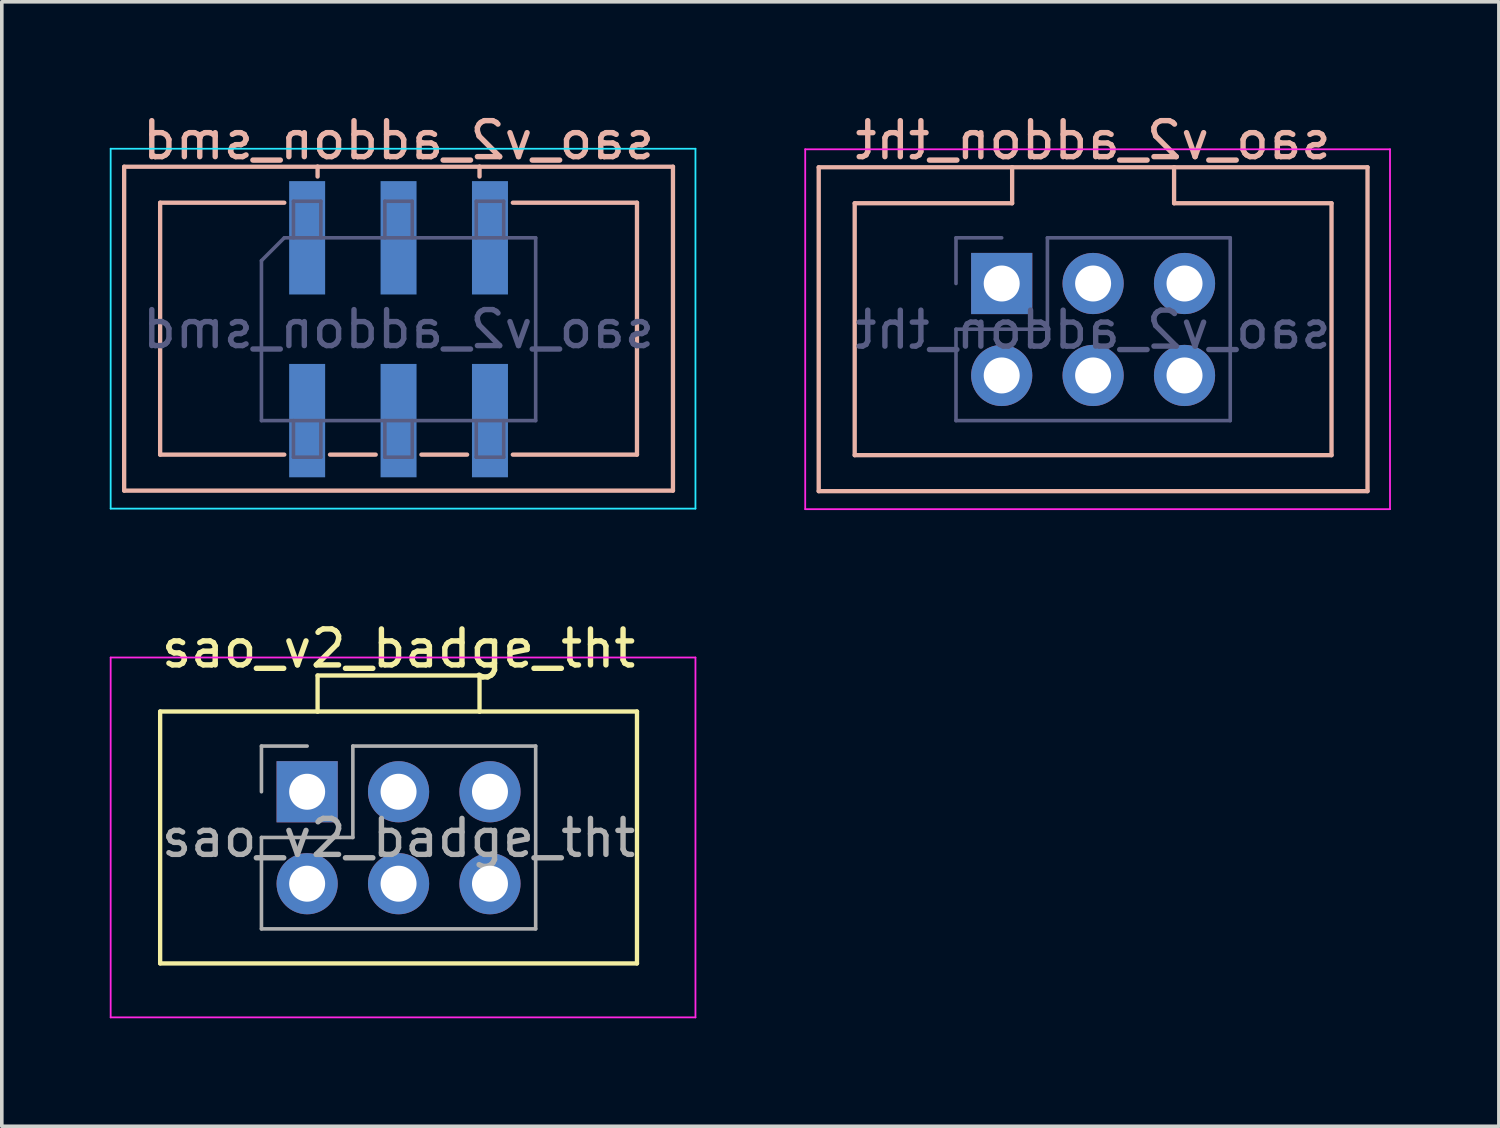
<source format=kicad_pcb>
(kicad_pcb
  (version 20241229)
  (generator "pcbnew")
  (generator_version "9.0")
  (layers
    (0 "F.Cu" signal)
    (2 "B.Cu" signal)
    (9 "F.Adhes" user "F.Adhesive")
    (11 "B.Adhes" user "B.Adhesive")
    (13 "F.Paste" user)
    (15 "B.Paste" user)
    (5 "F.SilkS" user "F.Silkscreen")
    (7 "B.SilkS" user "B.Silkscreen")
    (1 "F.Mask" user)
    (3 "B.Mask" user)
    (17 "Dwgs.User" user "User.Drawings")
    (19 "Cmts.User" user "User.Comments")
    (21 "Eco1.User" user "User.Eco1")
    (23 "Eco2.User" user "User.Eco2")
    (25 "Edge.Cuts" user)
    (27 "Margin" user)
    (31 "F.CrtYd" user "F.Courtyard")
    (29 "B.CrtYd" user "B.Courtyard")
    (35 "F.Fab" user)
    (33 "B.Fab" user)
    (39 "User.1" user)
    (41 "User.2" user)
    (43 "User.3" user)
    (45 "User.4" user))
  (footprint "sao_v2_addon_tht"
    (layer "F.Cu")
    (at 27.325 6.098)
    (property "Reference" "sao_v2_addon_tht" (at 0 -5.25 0) (unlocked yes) (layer "B.SilkS") (effects (font (size 1 1) (thickness 0.15)) (justify mirror)))
    (attr through_hole)
    (fp_line (start -7.625 -4.5) (end -2.25 -4.5) (stroke (width 0.12) (type default)) (layer "B.SilkS"))
    (fp_line (start -7.625 4.5) (end -7.625 -4.5) (stroke (width 0.12) (type default)) (layer "B.SilkS"))
    (fp_line (start -6.625 -3.5) (end -2.25 -3.5) (stroke (width 0.12) (type default)) (layer "B.SilkS"))
    (fp_line (start -6.625 3.5) (end -6.625 -3.5) (stroke (width 0.12) (type default)) (layer "B.SilkS"))
    (fp_line (start -6.625 3.5) (end 6.625 3.5) (stroke (width 0.12) (type default)) (layer "B.SilkS"))
    (fp_line (start -2.25 -4.5) (end -2.25 -3.5) (stroke (width 0.12) (type default)) (layer "B.SilkS"))
    (fp_line (start -2.25 -4.5) (end 2.25 -4.5) (stroke (width 0.12) (type default)) (layer "B.SilkS"))
    (fp_line (start 2.25 -4.5) (end 2.25 -3.5) (stroke (width 0.12) (type default)) (layer "B.SilkS"))
    (fp_line (start 2.25 -4.5) (end 7.625 -4.5) (stroke (width 0.12) (type default)) (layer "B.SilkS"))
    (fp_line (start 2.25 -3.5) (end 6.625 -3.5) (stroke (width 0.12) (type default)) (layer "B.SilkS"))
    (fp_line (start 6.625 3.5) (end 6.625 -3.5) (stroke (width 0.12) (type default)) (layer "B.SilkS"))
    (fp_line (start 7.625 -4.5) (end 7.625 4.5) (stroke (width 0.12) (type default)) (layer "B.SilkS"))
    (fp_line (start 7.625 4.5) (end -7.625 4.5) (stroke (width 0.12) (type default)) (layer "B.SilkS"))
    (fp_line (start -8 -5) (end -8 5) (stroke (width 0.05) (type solid)) (layer "F.CrtYd"))
    (fp_line (start -8 5) (end 8.25 5) (stroke (width 0.05) (type solid)) (layer "F.CrtYd"))
    (fp_line (start 8.25 -5) (end -8 -5) (stroke (width 0.05) (type solid)) (layer "F.CrtYd"))
    (fp_line (start 8.25 5) (end 8.25 -5) (stroke (width 0.05) (type solid)) (layer "F.CrtYd"))
    (fp_line (start -3.81 -2.54) (end -2.54 -2.54) (stroke (width 0.1) (type default)) (layer "B.Fab"))
    (fp_line (start -3.81 -1.27) (end -3.81 -2.54) (stroke (width 0.1) (type default)) (layer "B.Fab"))
    (fp_line (start -3.81 0) (end -3.81 2.54) (stroke (width 0.1) (type default)) (layer "B.Fab"))
    (fp_line (start -3.81 2.54) (end 3.81 2.54) (stroke (width 0.1) (type default)) (layer "B.Fab"))
    (fp_line (start -1.27 -2.54) (end -1.27 0) (stroke (width 0.1) (type default)) (layer "B.Fab"))
    (fp_line (start -1.27 0) (end -3.81 0) (stroke (width 0.1) (type default)) (layer "B.Fab"))
    (fp_line (start 3.81 -2.54) (end -1.27 -2.54) (stroke (width 0.1) (type default)) (layer "B.Fab"))
    (fp_line (start 3.81 2.54) (end 3.81 -2.54) (stroke (width 0.1) (type default)) (layer "B.Fab"))
    (fp_text user "${REFERENCE}" (at 0 0.015 180) (layer "B.Fab") (effects (font (size 1 1) (thickness 0.15)) (justify mirror)))
    (pad "1" thru_hole rect (at -2.54 -1.27 90) (size 1.7 1.7) (drill 1) (layers "*.Cu" "*.Mask"))
    (pad "2" thru_hole oval (at -2.54 1.285 90) (size 1.7 1.7) (drill 1) (layers "*.Cu" "*.Mask"))
    (pad "3" thru_hole oval (at 0 -1.27 90) (size 1.7 1.7) (drill 1) (layers "*.Cu" "*.Mask"))
    (pad "4" thru_hole oval (at 0 1.285 90) (size 1.7 1.7) (drill 1) (layers "*.Cu" "*.Mask"))
    (pad "5" thru_hole oval (at 2.54 -1.27 90) (size 1.7 1.7) (drill 1) (layers "*.Cu" "*.Mask"))
    (pad "6" thru_hole oval (at 2.54 1.285 90) (size 1.7 1.7) (drill 1) (layers "*.Cu" "*.Mask")))
  (footprint "sao_v2_addon_smd"
    (layer "F.Cu")
    (at 8.025 6.098)
    (property "Reference" "sao_v2_addon_smd" (at 0 -5.25 0) (unlocked yes) (layer "B.SilkS") (effects (font (size 1 1) (thickness 0.15)) (justify mirror)))
    (attr through_hole)
    (fp_line (start -7.625 -4.515) (end -2.25 -4.515) (stroke (width 0.12) (type default)) (layer "B.SilkS"))
    (fp_line (start -7.625 4.485) (end -7.625 -4.515) (stroke (width 0.12) (type default)) (layer "B.SilkS"))
    (fp_line (start -6.625 -3.515) (end -3.175 -3.515) (stroke (width 0.12) (type default)) (layer "B.SilkS"))
    (fp_line (start -6.625 3.485) (end -6.625 -3.515) (stroke (width 0.12) (type default)) (layer "B.SilkS"))
    (fp_line (start -6.625 3.485) (end -3.175 3.485) (stroke (width 0.12) (type default)) (layer "B.SilkS"))
    (fp_line (start -2.25 -4.515) (end -2.25 -4.242) (stroke (width 0.12) (type default)) (layer "B.SilkS"))
    (fp_line (start -2.25 -4.515) (end 2.25 -4.515) (stroke (width 0.12) (type default)) (layer "B.SilkS"))
    (fp_line (start -1.905 3.485) (end -0.635 3.485) (stroke (width 0.12) (type default)) (layer "B.SilkS"))
    (fp_line (start 0.635 3.485) (end 1.905 3.485) (stroke (width 0.12) (type default)) (layer "B.SilkS"))
    (fp_line (start 2.25 -4.515) (end 2.25 -4.242) (stroke (width 0.12) (type default)) (layer "B.SilkS"))
    (fp_line (start 2.25 -4.515) (end 7.625 -4.515) (stroke (width 0.12) (type default)) (layer "B.SilkS"))
    (fp_line (start 3.175 -3.515) (end 6.625 -3.515) (stroke (width 0.12) (type default)) (layer "B.SilkS"))
    (fp_line (start 3.175 3.485) (end 6.625 3.485) (stroke (width 0.12) (type default)) (layer "B.SilkS"))
    (fp_line (start 6.625 3.485) (end 6.625 -3.515) (stroke (width 0.12) (type default)) (layer "B.SilkS"))
    (fp_line (start 7.625 -4.515) (end 7.625 4.485) (stroke (width 0.12) (type default)) (layer "B.SilkS"))
    (fp_line (start 7.625 4.485) (end -7.625 4.485) (stroke (width 0.12) (type default)) (layer "B.SilkS"))
    (fp_line (start -8 -5.015) (end -8 4.985) (stroke (width 0.05) (type solid)) (layer "B.CrtYd"))
    (fp_line (start -8 4.985) (end 8.25 4.985) (stroke (width 0.05) (type solid)) (layer "B.CrtYd"))
    (fp_line (start 8.25 -5.015) (end -8 -5.015) (stroke (width 0.05) (type solid)) (layer "B.CrtYd"))
    (fp_line (start 8.25 4.985) (end 8.25 -5.015) (stroke (width 0.05) (type solid)) (layer "B.CrtYd"))
    (fp_line (start -3.81 -1.905) (end -3.81 2.54) (stroke (width 0.1) (type default)) (layer "B.Fab"))
    (fp_line (start -3.175 -2.54) (end -3.81 -1.905) (stroke (width 0.1) (type default)) (layer "B.Fab"))
    (fp_line (start -2.921 -3.556) (end -2.921 -2.54) (stroke (width 0.1) (type default)) (layer "B.Fab"))
    (fp_line (start -2.921 3.556) (end -2.921 2.54) (stroke (width 0.1) (type default)) (layer "B.Fab"))
    (fp_line (start -2.159 -3.556) (end -2.921 -3.556) (stroke (width 0.1) (type default)) (layer "B.Fab"))
    (fp_line (start -2.159 -2.54) (end -2.159 -3.556) (stroke (width 0.1) (type default)) (layer "B.Fab"))
    (fp_line (start -2.159 2.54) (end -2.159 3.556) (stroke (width 0.1) (type default)) (layer "B.Fab"))
    (fp_line (start -2.159 3.556) (end -2.921 3.556) (stroke (width 0.1) (type default)) (layer "B.Fab"))
    (fp_line (start -0.381 -3.556) (end -0.381 -2.54) (stroke (width 0.1) (type default)) (layer "B.Fab"))
    (fp_line (start -0.381 3.556) (end -0.381 2.54) (stroke (width 0.1) (type default)) (layer "B.Fab"))
    (fp_line (start 0.381 -3.556) (end -0.381 -3.556) (stroke (width 0.1) (type default)) (layer "B.Fab"))
    (fp_line (start 0.381 -2.54) (end 0.381 -3.556) (stroke (width 0.1) (type default)) (layer "B.Fab"))
    (fp_line (start 0.381 2.54) (end 0.381 3.556) (stroke (width 0.1) (type default)) (layer "B.Fab"))
    (fp_line (start 0.381 3.556) (end -0.381 3.556) (stroke (width 0.1) (type default)) (layer "B.Fab"))
    (fp_line (start 2.159 -3.556) (end 2.159 -2.54) (stroke (width 0.1) (type default)) (layer "B.Fab"))
    (fp_line (start 2.159 3.556) (end 2.159 2.54) (stroke (width 0.1) (type default)) (layer "B.Fab"))
    (fp_line (start 2.921 -3.556) (end 2.159 -3.556) (stroke (width 0.1) (type default)) (layer "B.Fab"))
    (fp_line (start 2.921 -2.54) (end 2.921 -3.556) (stroke (width 0.1) (type default)) (layer "B.Fab"))
    (fp_line (start 2.921 2.54) (end 2.921 3.556) (stroke (width 0.1) (type default)) (layer "B.Fab"))
    (fp_line (start 2.921 3.556) (end 2.159 3.556) (stroke (width 0.1) (type default)) (layer "B.Fab"))
    (fp_line (start 3.81 -2.54) (end -3.175 -2.54) (stroke (width 0.1) (type default)) (layer "B.Fab"))
    (fp_line (start 3.81 2.54) (end -3.81 2.54) (stroke (width 0.1) (type default)) (layer "B.Fab"))
    (fp_line (start 3.81 2.54) (end 3.81 -2.54) (stroke (width 0.1) (type default)) (layer "B.Fab"))
    (fp_text user "${REFERENCE}" (at 0 0 180) (layer "B.Fab") (effects (font (size 1 1) (thickness 0.15)) (justify mirror)))
    (pad "1" smd rect (at 2.54 -2.54 270) (size 3.15 1) (layers "B.Cu" "B.Mask" "B.Paste"))
    (pad "2" smd rect (at 2.54 2.54 270) (size 3.15 1) (layers "B.Cu" "B.Mask" "B.Paste"))
    (pad "3" smd rect (at 0 -2.54 270) (size 3.15 1) (layers "B.Cu" "B.Mask" "B.Paste"))
    (pad "4" smd rect (at 0 2.54 270) (size 3.15 1) (layers "B.Cu" "B.Mask" "B.Paste"))
    (pad "5" smd rect (at -2.54 -2.54 270) (size 3.15 1) (layers "B.Cu" "B.Mask" "B.Paste"))
    (pad "6" smd rect (at -2.54 2.54 270) (size 3.15 1) (layers "B.Cu" "B.Mask" "B.Paste")))
  (footprint "sao_v2_badge_tht"
    (layer "F.Cu")
    (at 8.025 20.221)
    (property "Reference" "sao_v2_badge_tht" (at 0 -5.25 0) (unlocked yes) (layer "F.SilkS") (effects (font (size 1 1) (thickness 0.15))))
    (attr through_hole)
    (fp_line (start -6.625 -3.5) (end -2.25 -3.5) (stroke (width 0.12) (type default)) (layer "F.SilkS"))
    (fp_line (start -6.625 3.5) (end -6.625 -3.5) (stroke (width 0.12) (type default)) (layer "F.SilkS"))
    (fp_line (start -6.625 3.5) (end 6.625 3.5) (stroke (width 0.12) (type default)) (layer "F.SilkS"))
    (fp_line (start -2.25 -4.5) (end -2.25 -3.5) (stroke (width 0.12) (type default)) (layer "F.SilkS"))
    (fp_line (start -2.25 -4.5) (end 2.25 -4.5) (stroke (width 0.12) (type default)) (layer "F.SilkS"))
    (fp_line (start -2.25 -3.5) (end 2.25 -3.5) (stroke (width 0.12) (type default)) (layer "F.SilkS"))
    (fp_line (start 2.25 -4.5) (end 2.25 -3.5) (stroke (width 0.12) (type default)) (layer "F.SilkS"))
    (fp_line (start 2.25 -3.5) (end 6.625 -3.5) (stroke (width 0.12) (type default)) (layer "F.SilkS"))
    (fp_line (start 6.625 3.5) (end 6.625 -3.5) (stroke (width 0.12) (type default)) (layer "F.SilkS"))
    (fp_line (start -8 -5) (end -8 5) (stroke (width 0.05) (type solid)) (layer "F.CrtYd"))
    (fp_line (start -8 5) (end 8.25 5) (stroke (width 0.05) (type solid)) (layer "F.CrtYd"))
    (fp_line (start 8.25 -5) (end -8 -5) (stroke (width 0.05) (type solid)) (layer "F.CrtYd"))
    (fp_line (start 8.25 5) (end 8.25 -5) (stroke (width 0.05) (type solid)) (layer "F.CrtYd"))
    (fp_line (start -3.81 -2.54) (end -2.54 -2.54) (stroke (width 0.1) (type default)) (layer "F.Fab"))
    (fp_line (start -3.81 -1.27) (end -3.81 -2.54) (stroke (width 0.1) (type default)) (layer "F.Fab"))
    (fp_line (start -3.81 0) (end -3.81 2.54) (stroke (width 0.1) (type default)) (layer "F.Fab"))
    (fp_line (start -3.81 2.54) (end 3.81 2.54) (stroke (width 0.1) (type default)) (layer "F.Fab"))
    (fp_line (start -1.27 -2.54) (end -1.27 0) (stroke (width 0.1) (type default)) (layer "F.Fab"))
    (fp_line (start -1.27 0) (end -3.81 0) (stroke (width 0.1) (type default)) (layer "F.Fab"))
    (fp_line (start 3.81 -2.54) (end -1.27 -2.54) (stroke (width 0.1) (type default)) (layer "F.Fab"))
    (fp_line (start 3.81 2.54) (end 3.81 -2.54) (stroke (width 0.1) (type default)) (layer "F.Fab"))
    (fp_text user "${REFERENCE}" (at 0 0.015 180) (layer "F.Fab") (effects (font (size 1 1) (thickness 0.15))))
    (pad "1" thru_hole rect (at -2.54 -1.27 90) (size 1.7 1.7) (drill 1) (layers "*.Cu" "*.Mask"))
    (pad "2" thru_hole oval (at -2.54 1.285 90) (size 1.7 1.7) (drill 1) (layers "*.Cu" "*.Mask"))
    (pad "3" thru_hole oval (at 0 -1.27 90) (size 1.7 1.7) (drill 1) (layers "*.Cu" "*.Mask"))
    (pad "4" thru_hole oval (at 0 1.285 90) (size 1.7 1.7) (drill 1) (layers "*.Cu" "*.Mask"))
    (pad "5" thru_hole oval (at 2.54 -1.27 90) (size 1.7 1.7) (drill 1) (layers "*.Cu" "*.Mask"))
    (pad "6" thru_hole oval (at 2.54 1.285 90) (size 1.7 1.7) (drill 1) (layers "*.Cu" "*.Mask")))
  (gr_rect
    (start -3 -3)
    (end 38.6 28.247)
    (stroke (width 0.1) (type default))
    (fill no)
    (layer "Edge.Cuts")))
</source>
